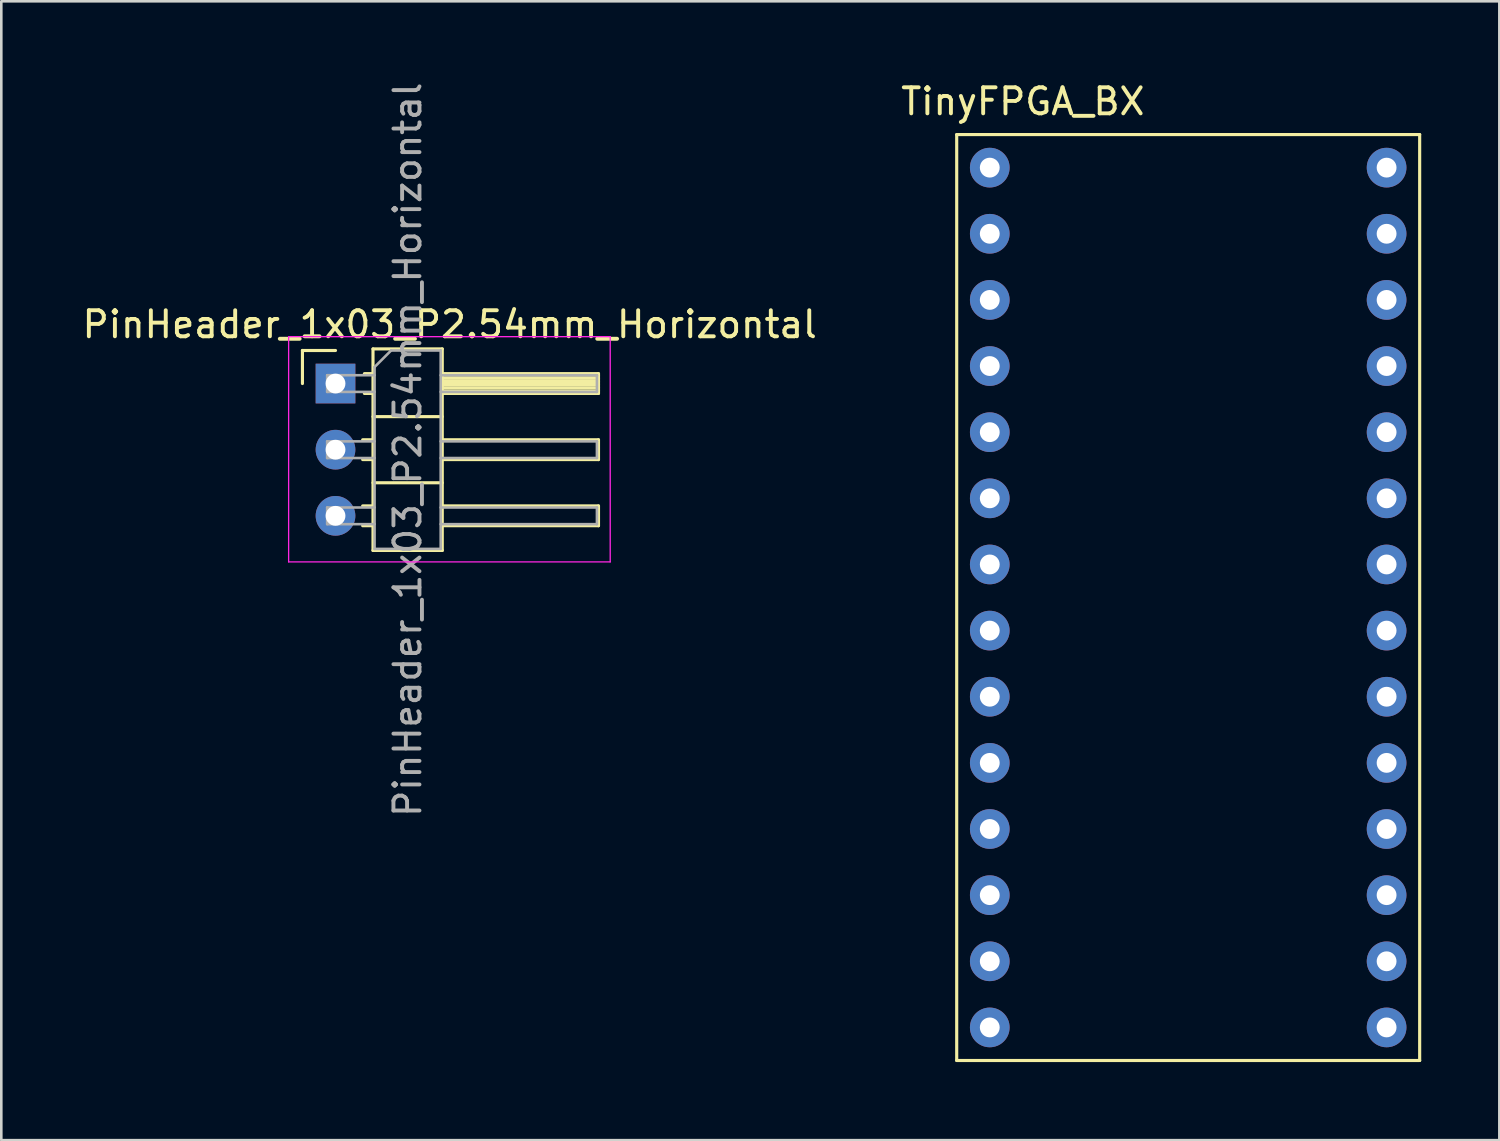
<source format=kicad_pcb>
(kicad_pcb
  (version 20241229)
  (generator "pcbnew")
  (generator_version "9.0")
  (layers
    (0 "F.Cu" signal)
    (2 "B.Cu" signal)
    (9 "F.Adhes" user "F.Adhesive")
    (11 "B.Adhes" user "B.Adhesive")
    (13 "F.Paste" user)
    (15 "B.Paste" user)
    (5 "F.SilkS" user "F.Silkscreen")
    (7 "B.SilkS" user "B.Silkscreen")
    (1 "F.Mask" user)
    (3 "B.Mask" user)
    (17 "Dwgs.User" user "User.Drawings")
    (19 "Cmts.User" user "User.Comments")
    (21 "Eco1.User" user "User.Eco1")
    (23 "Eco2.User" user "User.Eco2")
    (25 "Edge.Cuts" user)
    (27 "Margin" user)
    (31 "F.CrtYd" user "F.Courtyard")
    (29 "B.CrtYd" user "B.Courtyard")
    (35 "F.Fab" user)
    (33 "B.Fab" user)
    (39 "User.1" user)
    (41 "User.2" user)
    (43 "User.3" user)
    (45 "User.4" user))
  (footprint "TinyFPGA_BX"
    (layer "F.Cu")
    (at 42.582 19.898)
    (property "Reference" "TinyFPGA_BX" (at -6.35 -19.05 0) (layer "F.SilkS") (effects (font (size 1 1) (thickness 0.15))))
    (attr through_hole)
    (fp_line (start -8.89 -17.78) (end 8.89 -17.78) (stroke (width 0.12) (type solid)) (layer "F.SilkS"))
    (fp_line (start -8.89 17.78) (end -8.89 -17.78) (stroke (width 0.12) (type solid)) (layer "F.SilkS"))
    (fp_line (start 8.89 -17.78) (end 8.89 17.78) (stroke (width 0.12) (type solid)) (layer "F.SilkS"))
    (fp_line (start 8.89 17.78) (end -8.89 17.78) (stroke (width 0.12) (type solid)) (layer "F.SilkS"))
    (pad "1" thru_hole circle (at -7.62 -16.51) (size 1.524 1.524) (drill 0.762) (layers "*.Cu" "*.Mask"))
    (pad "2" thru_hole circle (at -7.62 -13.97) (size 1.524 1.524) (drill 0.762) (layers "*.Cu" "*.Mask"))
    (pad "3" thru_hole circle (at -7.62 -11.43) (size 1.524 1.524) (drill 0.762) (layers "*.Cu" "*.Mask"))
    (pad "4" thru_hole circle (at -7.62 -8.89) (size 1.524 1.524) (drill 0.762) (layers "*.Cu" "*.Mask"))
    (pad "5" thru_hole circle (at -7.62 -6.35) (size 1.524 1.524) (drill 0.762) (layers "*.Cu" "*.Mask"))
    (pad "6" thru_hole circle (at -7.62 -3.81) (size 1.524 1.524) (drill 0.762) (layers "*.Cu" "*.Mask"))
    (pad "7" thru_hole circle (at -7.62 -1.27) (size 1.524 1.524) (drill 0.762) (layers "*.Cu" "*.Mask"))
    (pad "8" thru_hole circle (at -7.62 1.27) (size 1.524 1.524) (drill 0.762) (layers "*.Cu" "*.Mask"))
    (pad "9" thru_hole circle (at -7.62 3.81) (size 1.524 1.524) (drill 0.762) (layers "*.Cu" "*.Mask"))
    (pad "10" thru_hole circle (at -7.62 6.35) (size 1.524 1.524) (drill 0.762) (layers "*.Cu" "*.Mask"))
    (pad "11" thru_hole circle (at -7.62 8.89) (size 1.524 1.524) (drill 0.762) (layers "*.Cu" "*.Mask"))
    (pad "12" thru_hole circle (at -7.62 11.43) (size 1.524 1.524) (drill 0.762) (layers "*.Cu" "*.Mask"))
    (pad "13" thru_hole circle (at -7.62 13.97) (size 1.524 1.524) (drill 0.762) (layers "*.Cu" "*.Mask"))
    (pad "14" thru_hole circle (at -7.62 16.51) (size 1.524 1.524) (drill 0.762) (layers "*.Cu" "*.Mask"))
    (pad "15" thru_hole circle (at 7.62 16.51) (size 1.524 1.524) (drill 0.762) (layers "*.Cu" "*.Mask"))
    (pad "16" thru_hole circle (at 7.62 13.97) (size 1.524 1.524) (drill 0.762) (layers "*.Cu" "*.Mask"))
    (pad "17" thru_hole circle (at 7.62 11.43) (size 1.524 1.524) (drill 0.762) (layers "*.Cu" "*.Mask"))
    (pad "18" thru_hole circle (at 7.62 8.89) (size 1.524 1.524) (drill 0.762) (layers "*.Cu" "*.Mask"))
    (pad "19" thru_hole circle (at 7.62 6.35) (size 1.524 1.524) (drill 0.762) (layers "*.Cu" "*.Mask"))
    (pad "20" thru_hole circle (at 7.62 3.81) (size 1.524 1.524) (drill 0.762) (layers "*.Cu" "*.Mask"))
    (pad "21" thru_hole circle (at 7.62 1.27) (size 1.524 1.524) (drill 0.762) (layers "*.Cu" "*.Mask"))
    (pad "22" thru_hole circle (at 7.62 -1.27) (size 1.524 1.524) (drill 0.762) (layers "*.Cu" "*.Mask"))
    (pad "23" thru_hole circle (at 7.62 -3.81) (size 1.524 1.524) (drill 0.762) (layers "*.Cu" "*.Mask"))
    (pad "24" thru_hole circle (at 7.62 -6.35) (size 1.524 1.524) (drill 0.762) (layers "*.Cu" "*.Mask"))
    (pad "25" thru_hole circle (at 7.62 -8.89) (size 1.524 1.524) (drill 0.762) (layers "*.Cu" "*.Mask"))
    (pad "26" thru_hole circle (at 7.62 -11.43) (size 1.524 1.524) (drill 0.762) (layers "*.Cu" "*.Mask"))
    (pad "27" thru_hole circle (at 7.62 -13.97) (size 1.524 1.524) (drill 0.762) (layers "*.Cu" "*.Mask"))
    (pad "28" thru_hole circle (at 7.62 -16.51) (size 1.524 1.524) (drill 0.762) (layers "*.Cu" "*.Mask")))
  (footprint "PinHeader_1x03_P2.54mm_Horizontal"
    (layer "F.Cu")
    (at 9.835 11.68)
    (property "Reference" "PinHeader_1x03_P2.54mm_Horizontal" (at 4.385 -2.27 0) (layer "F.SilkS") (effects (font (size 1 1) (thickness 0.15))))
    (attr through_hole)
    (fp_line (start -1.27 -1.27) (end 0 -1.27) (stroke (width 0.12) (type solid)) (layer "F.SilkS"))
    (fp_line (start -1.27 0) (end -1.27 -1.27) (stroke (width 0.12) (type solid)) (layer "F.SilkS"))
    (fp_line (start 1.043 2.16) (end 1.44 2.16) (stroke (width 0.12) (type solid)) (layer "F.SilkS"))
    (fp_line (start 1.043 2.92) (end 1.44 2.92) (stroke (width 0.12) (type solid)) (layer "F.SilkS"))
    (fp_line (start 1.043 4.7) (end 1.44 4.7) (stroke (width 0.12) (type solid)) (layer "F.SilkS"))
    (fp_line (start 1.043 5.46) (end 1.44 5.46) (stroke (width 0.12) (type solid)) (layer "F.SilkS"))
    (fp_line (start 1.11 -0.38) (end 1.44 -0.38) (stroke (width 0.12) (type solid)) (layer "F.SilkS"))
    (fp_line (start 1.11 0.38) (end 1.44 0.38) (stroke (width 0.12) (type solid)) (layer "F.SilkS"))
    (fp_line (start 1.44 -1.33) (end 1.44 6.41) (stroke (width 0.12) (type solid)) (layer "F.SilkS"))
    (fp_line (start 1.44 1.27) (end 4.1 1.27) (stroke (width 0.12) (type solid)) (layer "F.SilkS"))
    (fp_line (start 1.44 3.81) (end 4.1 3.81) (stroke (width 0.12) (type solid)) (layer "F.SilkS"))
    (fp_line (start 1.44 6.41) (end 4.1 6.41) (stroke (width 0.12) (type solid)) (layer "F.SilkS"))
    (fp_line (start 4.1 -1.33) (end 1.44 -1.33) (stroke (width 0.12) (type solid)) (layer "F.SilkS"))
    (fp_line (start 4.1 -0.38) (end 10.1 -0.38) (stroke (width 0.12) (type solid)) (layer "F.SilkS"))
    (fp_line (start 4.1 -0.32) (end 10.1 -0.32) (stroke (width 0.12) (type solid)) (layer "F.SilkS"))
    (fp_line (start 4.1 -0.2) (end 10.1 -0.2) (stroke (width 0.12) (type solid)) (layer "F.SilkS"))
    (fp_line (start 4.1 -0.08) (end 10.1 -0.08) (stroke (width 0.12) (type solid)) (layer "F.SilkS"))
    (fp_line (start 4.1 0.04) (end 10.1 0.04) (stroke (width 0.12) (type solid)) (layer "F.SilkS"))
    (fp_line (start 4.1 0.16) (end 10.1 0.16) (stroke (width 0.12) (type solid)) (layer "F.SilkS"))
    (fp_line (start 4.1 0.28) (end 10.1 0.28) (stroke (width 0.12) (type solid)) (layer "F.SilkS"))
    (fp_line (start 4.1 2.16) (end 10.1 2.16) (stroke (width 0.12) (type solid)) (layer "F.SilkS"))
    (fp_line (start 4.1 4.7) (end 10.1 4.7) (stroke (width 0.12) (type solid)) (layer "F.SilkS"))
    (fp_line (start 4.1 6.41) (end 4.1 -1.33) (stroke (width 0.12) (type solid)) (layer "F.SilkS"))
    (fp_line (start 10.1 -0.38) (end 10.1 0.38) (stroke (width 0.12) (type solid)) (layer "F.SilkS"))
    (fp_line (start 10.1 0.38) (end 4.1 0.38) (stroke (width 0.12) (type solid)) (layer "F.SilkS"))
    (fp_line (start 10.1 2.16) (end 10.1 2.92) (stroke (width 0.12) (type solid)) (layer "F.SilkS"))
    (fp_line (start 10.1 2.92) (end 4.1 2.92) (stroke (width 0.12) (type solid)) (layer "F.SilkS"))
    (fp_line (start 10.1 4.7) (end 10.1 5.46) (stroke (width 0.12) (type solid)) (layer "F.SilkS"))
    (fp_line (start 10.1 5.46) (end 4.1 5.46) (stroke (width 0.12) (type solid)) (layer "F.SilkS"))
    (fp_line (start -1.8 -1.8) (end -1.8 6.85) (stroke (width 0.05) (type solid)) (layer "F.CrtYd"))
    (fp_line (start -1.8 6.85) (end 10.55 6.85) (stroke (width 0.05) (type solid)) (layer "F.CrtYd"))
    (fp_line (start 10.55 -1.8) (end -1.8 -1.8) (stroke (width 0.05) (type solid)) (layer "F.CrtYd"))
    (fp_line (start 10.55 6.85) (end 10.55 -1.8) (stroke (width 0.05) (type solid)) (layer "F.CrtYd"))
    (fp_line (start -0.32 -0.32) (end -0.32 0.32) (stroke (width 0.1) (type solid)) (layer "F.Fab"))
    (fp_line (start -0.32 -0.32) (end 1.5 -0.32) (stroke (width 0.1) (type solid)) (layer "F.Fab"))
    (fp_line (start -0.32 0.32) (end 1.5 0.32) (stroke (width 0.1) (type solid)) (layer "F.Fab"))
    (fp_line (start -0.32 2.22) (end -0.32 2.86) (stroke (width 0.1) (type solid)) (layer "F.Fab"))
    (fp_line (start -0.32 2.22) (end 1.5 2.22) (stroke (width 0.1) (type solid)) (layer "F.Fab"))
    (fp_line (start -0.32 2.86) (end 1.5 2.86) (stroke (width 0.1) (type solid)) (layer "F.Fab"))
    (fp_line (start -0.32 4.76) (end -0.32 5.4) (stroke (width 0.1) (type solid)) (layer "F.Fab"))
    (fp_line (start -0.32 4.76) (end 1.5 4.76) (stroke (width 0.1) (type solid)) (layer "F.Fab"))
    (fp_line (start -0.32 5.4) (end 1.5 5.4) (stroke (width 0.1) (type solid)) (layer "F.Fab"))
    (fp_line (start 1.5 -0.635) (end 2.135 -1.27) (stroke (width 0.1) (type solid)) (layer "F.Fab"))
    (fp_line (start 1.5 6.35) (end 1.5 -0.635) (stroke (width 0.1) (type solid)) (layer "F.Fab"))
    (fp_line (start 2.135 -1.27) (end 4.04 -1.27) (stroke (width 0.1) (type solid)) (layer "F.Fab"))
    (fp_line (start 4.04 -1.27) (end 4.04 6.35) (stroke (width 0.1) (type solid)) (layer "F.Fab"))
    (fp_line (start 4.04 -0.32) (end 10.04 -0.32) (stroke (width 0.1) (type solid)) (layer "F.Fab"))
    (fp_line (start 4.04 0.32) (end 10.04 0.32) (stroke (width 0.1) (type solid)) (layer "F.Fab"))
    (fp_line (start 4.04 2.22) (end 10.04 2.22) (stroke (width 0.1) (type solid)) (layer "F.Fab"))
    (fp_line (start 4.04 2.86) (end 10.04 2.86) (stroke (width 0.1) (type solid)) (layer "F.Fab"))
    (fp_line (start 4.04 4.76) (end 10.04 4.76) (stroke (width 0.1) (type solid)) (layer "F.Fab"))
    (fp_line (start 4.04 5.4) (end 10.04 5.4) (stroke (width 0.1) (type solid)) (layer "F.Fab"))
    (fp_line (start 4.04 6.35) (end 1.5 6.35) (stroke (width 0.1) (type solid)) (layer "F.Fab"))
    (fp_line (start 10.04 -0.32) (end 10.04 0.32) (stroke (width 0.1) (type solid)) (layer "F.Fab"))
    (fp_line (start 10.04 2.22) (end 10.04 2.86) (stroke (width 0.1) (type solid)) (layer "F.Fab"))
    (fp_line (start 10.04 4.76) (end 10.04 5.4) (stroke (width 0.1) (type solid)) (layer "F.Fab"))
    (fp_text user "${REFERENCE}" (at 2.77 2.54 270) (layer "F.Fab") (effects (font (size 1 1) (thickness 0.15))))
    (pad "1" thru_hole rect (at 0 0) (size 1.524 1.524) (drill 0.762) (layers "*.Cu" "*.Mask"))
    (pad "2" thru_hole oval (at 0 2.54) (size 1.524 1.524) (drill 0.762) (layers "*.Cu" "*.Mask"))
    (pad "3" thru_hole oval (at 0 5.08) (size 1.524 1.524) (drill 0.762) (layers "*.Cu" "*.Mask")))
  (gr_rect
    (start -3 -3)
    (end 54.532 40.738)
    (stroke (width 0.1) (type default))
    (fill no)
    (layer "Edge.Cuts")))
</source>
